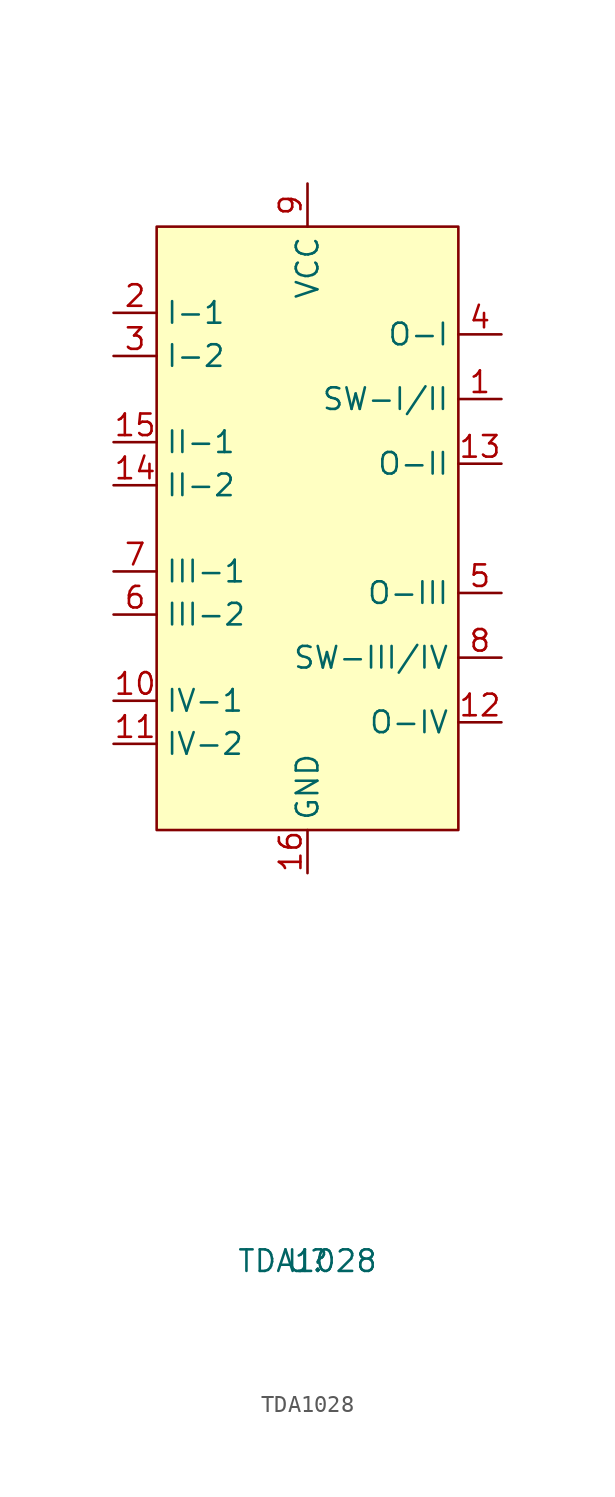
<source format=kicad_sym>
(kicad_symbol_lib
  (version 20211014)
  (generator kicad_symbol_editor)
  (symbol "TDA1028"
    (property "Reference" "U"
      (at 0 0 0)
      (effects (font (size 1.27 1.27))))
    (property "Value" "TDA1028"
      (at 0 0 0)
      (effects (font (size 1.27 1.27))))
    (symbol "TDA1028_0_1"
      (rectangle (start 8.89 60.96) (end -8.89 25.4) (stroke (width 0) (type default) (color 0 0 0 0)) (fill (type background))))
    (symbol "TDA1028_1_1"
      (pin input line (at 11.43 50.8 180) (length 2.54) (name "SW-I/II" (effects (font (size 1.27 1.27)))) (number "1" (effects (font (size 1.27 1.27)))))
      (pin input line (at -11.43 33.02 0) (length 2.54) (name "IV-1" (effects (font (size 1.27 1.27)))) (number "10" (effects (font (size 1.27 1.27)))))
      (pin input line (at -11.43 30.48 0) (length 2.54) (name "IV-2" (effects (font (size 1.27 1.27)))) (number "11" (effects (font (size 1.27 1.27)))))
      (pin output line (at 11.43 31.75 180) (length 2.54) (name "O-IV" (effects (font (size 1.27 1.27)))) (number "12" (effects (font (size 1.27 1.27)))))
      (pin output line (at 11.43 46.99 180) (length 2.54) (name "O-II" (effects (font (size 1.27 1.27)))) (number "13" (effects (font (size 1.27 1.27)))))
      (pin input line (at -11.43 45.72 0) (length 2.54) (name "II-2" (effects (font (size 1.27 1.27)))) (number "14" (effects (font (size 1.27 1.27)))))
      (pin input line (at -11.43 48.26 0) (length 2.54) (name "II-1" (effects (font (size 1.27 1.27)))) (number "15" (effects (font (size 1.27 1.27)))))
      (pin input line (at 0 22.86 90) (length 2.54) (name "GND" (effects (font (size 1.27 1.27)))) (number "16" (effects (font (size 1.27 1.27)))))
      (pin input line (at -11.43 55.88 0) (length 2.54) (name "I-1" (effects (font (size 1.27 1.27)))) (number "2" (effects (font (size 1.27 1.27)))))
      (pin input line (at -11.43 53.34 0) (length 2.54) (name "I-2" (effects (font (size 1.27 1.27)))) (number "3" (effects (font (size 1.27 1.27)))))
      (pin output line (at 11.43 54.61 180) (length 2.54) (name "O-I" (effects (font (size 1.27 1.27)))) (number "4" (effects (font (size 1.27 1.27)))))
      (pin output line (at 11.43 39.37 180) (length 2.54) (name "O-III" (effects (font (size 1.27 1.27)))) (number "5" (effects (font (size 1.27 1.27)))))
      (pin input line (at -11.43 38.1 0) (length 2.54) (name "III-2" (effects (font (size 1.27 1.27)))) (number "6" (effects (font (size 1.27 1.27)))))
      (pin input line (at -11.43 40.64 0) (length 2.54) (name "III-1" (effects (font (size 1.27 1.27)))) (number "7" (effects (font (size 1.27 1.27)))))
      (pin input line (at 11.43 35.56 180) (length 2.54) (name "SW-III/IV" (effects (font (size 1.27 1.27)))) (number "8" (effects (font (size 1.27 1.27)))))
      (pin input line (at 0 63.5 270) (length 2.54) (name "VCC" (effects (font (size 1.27 1.27)))) (number "9" (effects (font (size 1.27 1.27))))))))
</source>
